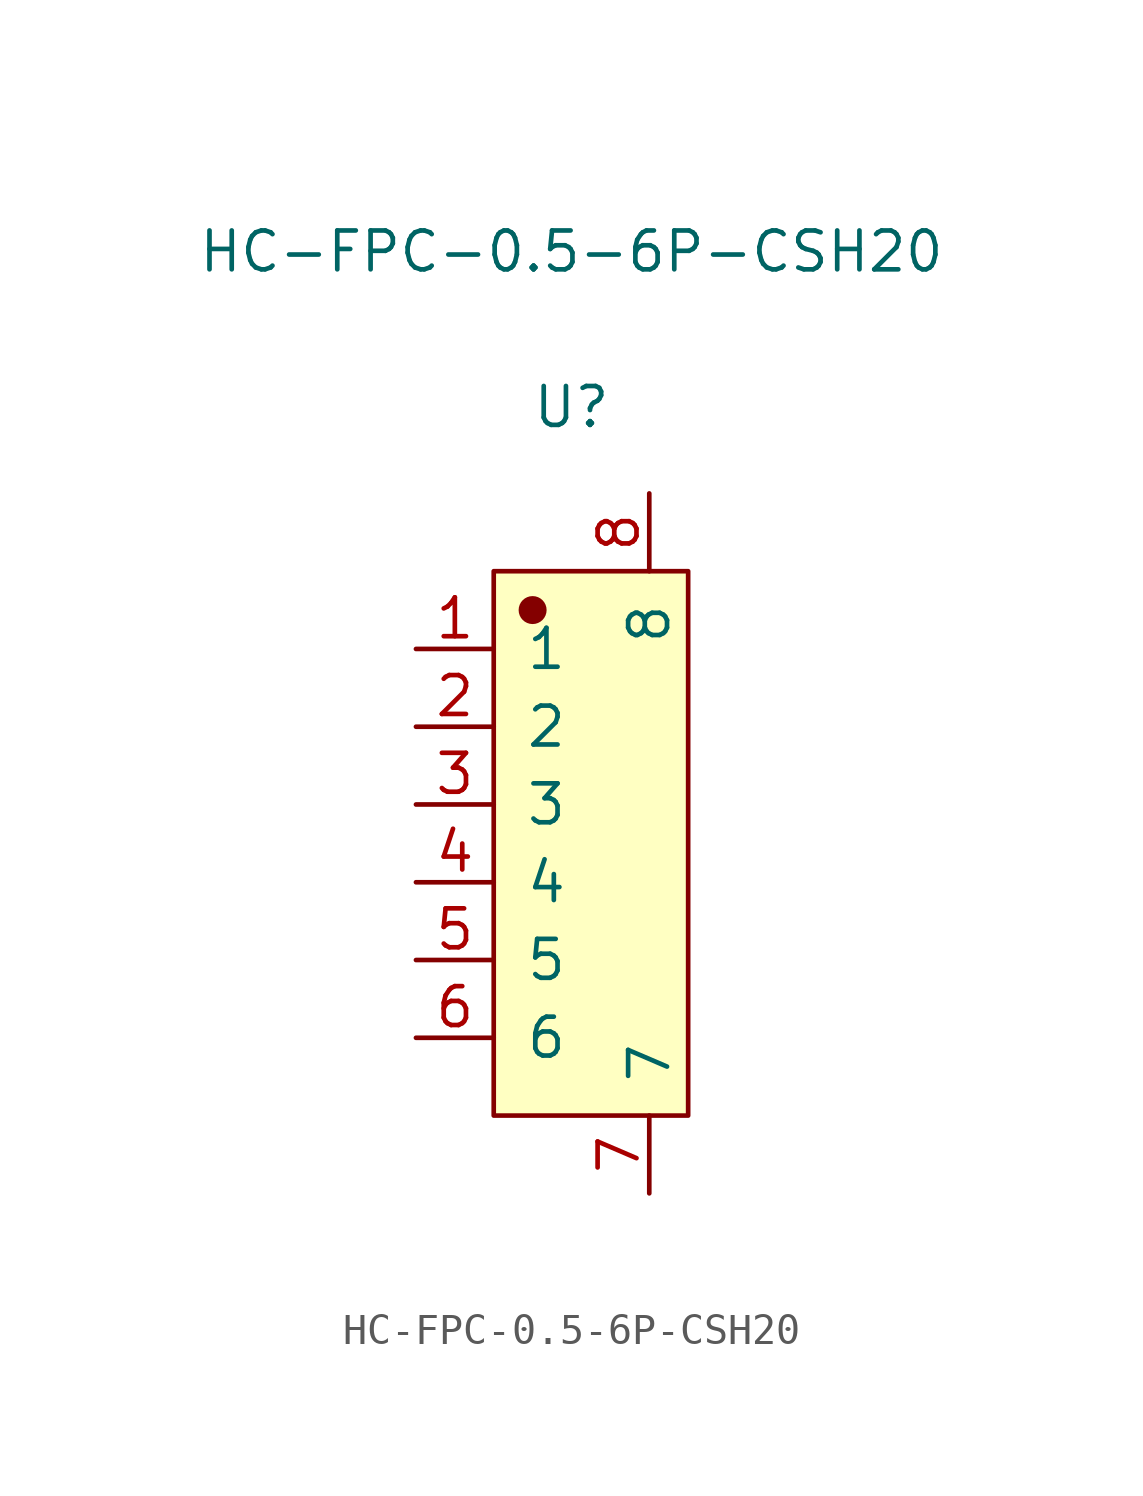
<source format=kicad_sym>
(kicad_symbol_lib
  (version 20231120)
  (generator "kicad_symbol_editor")
  (generator_version "8.0")
  (symbol "HC-FPC-0.5-6P-CSH20"
    (pin_names
      (offset 1.016))
    (property "Reference" "U"
      (at 0 15.519 0)
      (effects (font (size 1.27 1.27))))
    (property "Value" "HC-FPC-0.5-6P-CSH20"
      (at 0 20.599 0)
      (effects (font (size 1.27 1.27))))
    (symbol "HC-FPC-0.5-6P-CSH20_1_1"
      (rectangle (start -2.54 10.16) (end 3.81 -7.62) (stroke (width 0.152) (type solid)) (fill (type background)))
      (circle (center -1.27 8.89) (radius 0.381) (stroke (width 0.152) (type solid)) (fill (type outline)))
      (pin input line (at -5.08 7.62 0) (length 2.54) (name "1" (effects (font (size 1.27 1.27)))) (number "1" (effects (font (size 1.27 1.27)))))
      (pin input line (at -5.08 5.08 0) (length 2.54) (name "2" (effects (font (size 1.27 1.27)))) (number "2" (effects (font (size 1.27 1.27)))))
      (pin input line (at -5.08 2.54 0) (length 2.54) (name "3" (effects (font (size 1.27 1.27)))) (number "3" (effects (font (size 1.27 1.27)))))
      (pin input line (at -5.08 0 0) (length 2.54) (name "4" (effects (font (size 1.27 1.27)))) (number "4" (effects (font (size 1.27 1.27)))))
      (pin input line (at -5.08 -2.54 0) (length 2.54) (name "5" (effects (font (size 1.27 1.27)))) (number "5" (effects (font (size 1.27 1.27)))))
      (pin input line (at -5.08 -5.08 0) (length 2.54) (name "6" (effects (font (size 1.27 1.27)))) (number "6" (effects (font (size 1.27 1.27)))))
      (pin input line (at 2.54 -10.16 90) (length 2.54) (name "7" (effects (font (size 1.27 1.27)))) (number "7" (effects (font (size 1.27 1.27)))))
      (pin input line (at 2.54 12.7 270) (length 2.54) (name "8" (effects (font (size 1.27 1.27)))) (number "8" (effects (font (size 1.27 1.27))))))))
</source>
